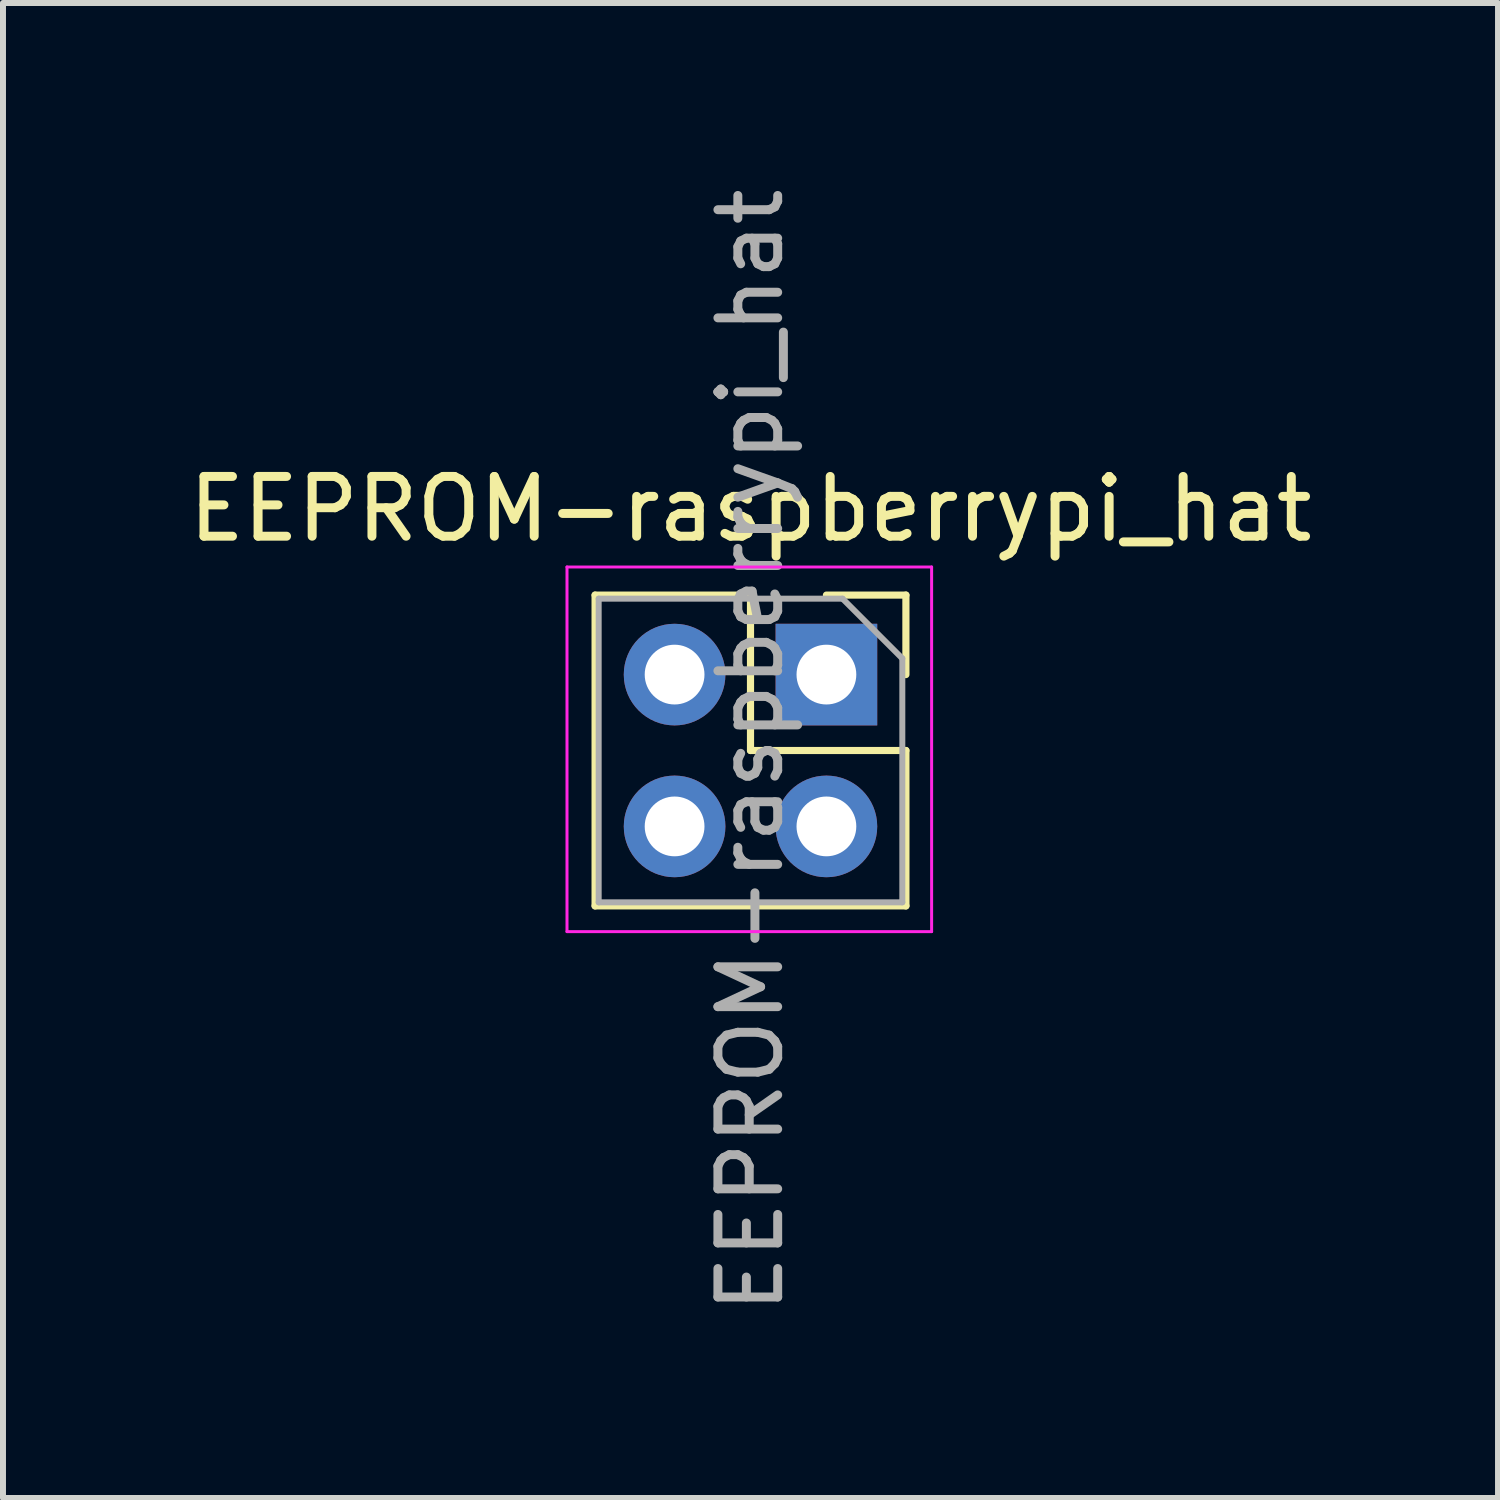
<source format=kicad_pcb>
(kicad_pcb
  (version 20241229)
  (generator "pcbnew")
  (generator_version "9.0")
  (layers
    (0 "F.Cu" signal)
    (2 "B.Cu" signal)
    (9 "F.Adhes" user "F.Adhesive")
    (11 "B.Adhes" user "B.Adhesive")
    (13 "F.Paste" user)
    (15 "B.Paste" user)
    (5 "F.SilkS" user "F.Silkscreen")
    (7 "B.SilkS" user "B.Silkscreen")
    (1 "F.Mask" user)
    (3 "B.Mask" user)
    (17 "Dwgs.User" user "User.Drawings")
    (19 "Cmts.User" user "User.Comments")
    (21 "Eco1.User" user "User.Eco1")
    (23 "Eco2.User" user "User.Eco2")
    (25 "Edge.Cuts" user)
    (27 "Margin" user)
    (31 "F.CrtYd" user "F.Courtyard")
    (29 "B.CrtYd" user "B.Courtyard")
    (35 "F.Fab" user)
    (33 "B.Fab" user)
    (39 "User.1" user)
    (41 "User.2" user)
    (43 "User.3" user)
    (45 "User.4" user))
  (footprint "EEPROM-raspberrypi_hat"
    (layer "F.Cu")
    (at 10.776 8.236)
    (property "Reference" "EEPROM-raspberrypi_hat" (at -1.27 -2.77 0) (layer "F.SilkS") (effects (font (size 1 1) (thickness 0.15))))
    (attr through_hole)
    (fp_line (start -3.87 -1.33) (end -3.87 3.87) (stroke (width 0.12) (type solid)) (layer "F.SilkS"))
    (fp_line (start -3.87 -1.33) (end -1.27 -1.33) (stroke (width 0.12) (type solid)) (layer "F.SilkS"))
    (fp_line (start -3.87 3.87) (end 1.33 3.87) (stroke (width 0.12) (type solid)) (layer "F.SilkS"))
    (fp_line (start -1.27 -1.33) (end -1.27 1.27) (stroke (width 0.12) (type solid)) (layer "F.SilkS"))
    (fp_line (start -1.27 1.27) (end 1.33 1.27) (stroke (width 0.12) (type solid)) (layer "F.SilkS"))
    (fp_line (start 0 -1.33) (end 1.33 -1.33) (stroke (width 0.12) (type solid)) (layer "F.SilkS"))
    (fp_line (start 1.33 -1.33) (end 1.33 0) (stroke (width 0.12) (type solid)) (layer "F.SilkS"))
    (fp_line (start 1.33 1.27) (end 1.33 3.87) (stroke (width 0.12) (type solid)) (layer "F.SilkS"))
    (fp_line (start -4.34 -1.8) (end 1.76 -1.8) (stroke (width 0.05) (type solid)) (layer "F.CrtYd"))
    (fp_line (start -4.34 4.3) (end -4.34 -1.8) (stroke (width 0.05) (type solid)) (layer "F.CrtYd"))
    (fp_line (start 1.76 -1.8) (end 1.76 4.3) (stroke (width 0.05) (type solid)) (layer "F.CrtYd"))
    (fp_line (start 1.76 4.3) (end -4.34 4.3) (stroke (width 0.05) (type solid)) (layer "F.CrtYd"))
    (fp_line (start -3.81 -1.27) (end 0.27 -1.27) (stroke (width 0.1) (type solid)) (layer "F.Fab"))
    (fp_line (start -3.81 3.81) (end -3.81 -1.27) (stroke (width 0.1) (type solid)) (layer "F.Fab"))
    (fp_line (start 0.27 -1.27) (end 1.27 -0.27) (stroke (width 0.1) (type solid)) (layer "F.Fab"))
    (fp_line (start 1.27 -0.27) (end 1.27 3.81) (stroke (width 0.1) (type solid)) (layer "F.Fab"))
    (fp_line (start 1.27 3.81) (end -3.81 3.81) (stroke (width 0.1) (type solid)) (layer "F.Fab"))
    (fp_text user "${REFERENCE}" (at -1.27 1.27 90) (layer "F.Fab") (effects (font (size 1 1) (thickness 0.15))))
    (pad "25" thru_hole rect (at 0 0) (size 1.7 1.7) (drill 1) (layers "*.Cu" "*.Mask"))
    (pad "26" thru_hole oval (at -2.54 0) (size 1.7 1.7) (drill 1) (layers "*.Cu" "*.Mask"))
    (pad "27" thru_hole oval (at 0 2.54) (size 1.7 1.7) (drill 1) (layers "*.Cu" "*.Mask"))
    (pad "28" thru_hole oval (at -2.54 2.54) (size 1.7 1.7) (drill 1) (layers "*.Cu" "*.Mask")))
  (gr_rect
    (start -3 -3)
    (end 22.012 22.012)
    (stroke (width 0.1) (type default))
    (fill no)
    (layer "Edge.Cuts")))
</source>
